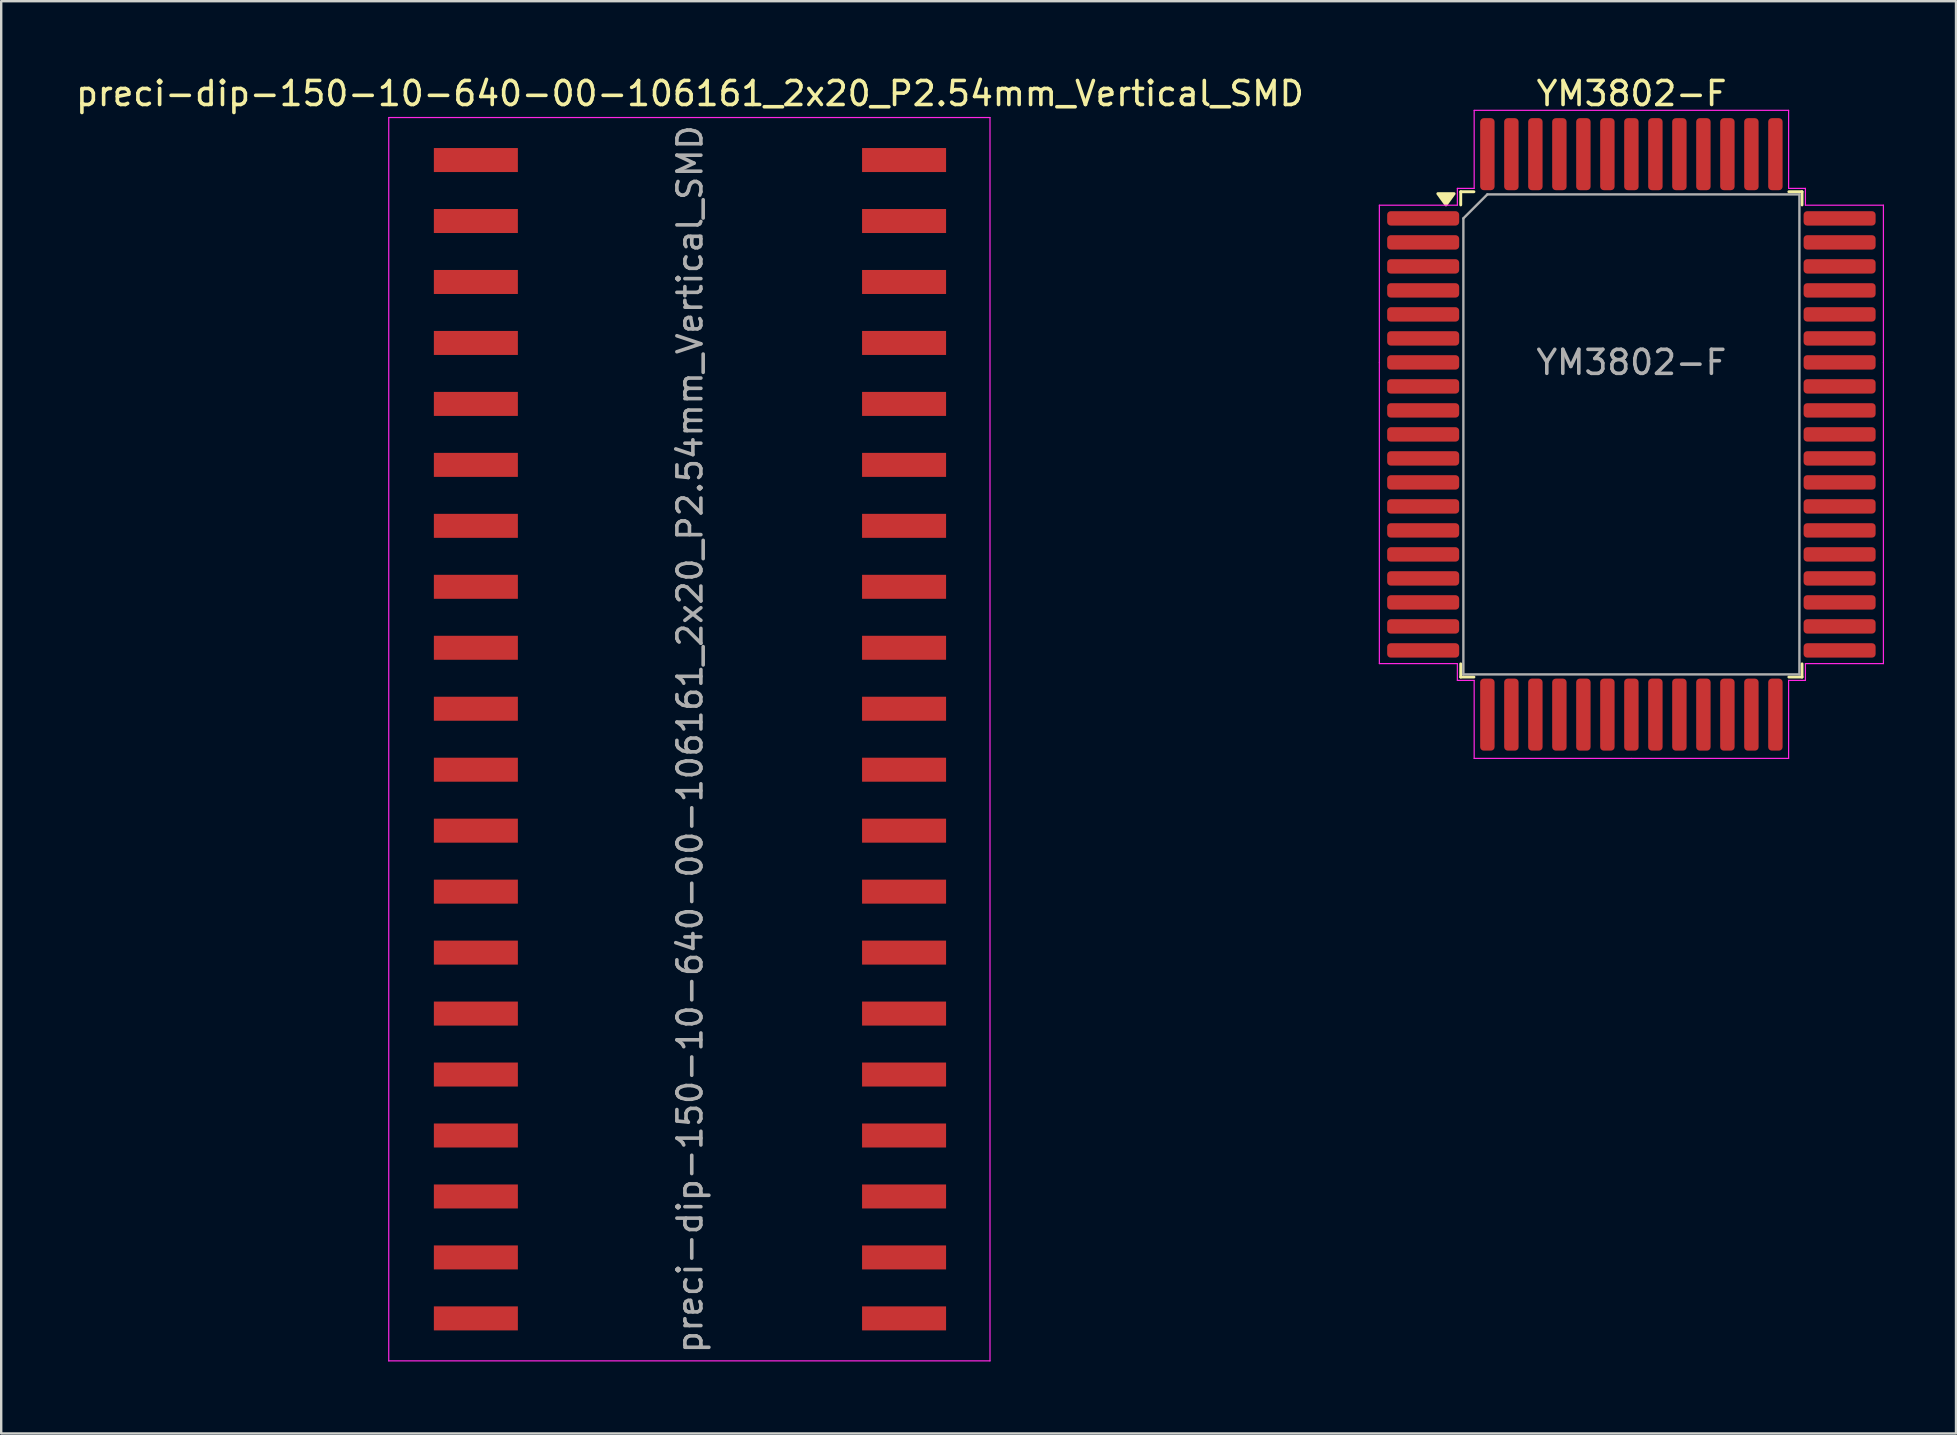
<source format=kicad_pcb>
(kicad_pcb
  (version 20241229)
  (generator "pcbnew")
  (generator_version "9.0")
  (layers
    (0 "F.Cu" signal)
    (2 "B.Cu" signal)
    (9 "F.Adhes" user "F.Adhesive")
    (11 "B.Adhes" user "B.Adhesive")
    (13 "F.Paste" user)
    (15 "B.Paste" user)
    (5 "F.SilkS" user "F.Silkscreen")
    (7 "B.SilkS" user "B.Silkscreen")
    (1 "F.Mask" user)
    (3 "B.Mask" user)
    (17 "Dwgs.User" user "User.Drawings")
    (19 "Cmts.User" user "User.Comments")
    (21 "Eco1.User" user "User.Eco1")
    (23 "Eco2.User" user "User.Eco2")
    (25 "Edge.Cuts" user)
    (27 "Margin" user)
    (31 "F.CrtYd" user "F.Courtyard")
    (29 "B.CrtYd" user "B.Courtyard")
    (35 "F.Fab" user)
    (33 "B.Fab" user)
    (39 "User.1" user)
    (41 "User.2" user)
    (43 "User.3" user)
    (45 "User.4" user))
  (footprint "preci-dip-150-10-640-00-106161_2x20_P2.54mm_Vertical_SMD"
    (layer "F.Cu")
    (at 25.696 27.748)
    (property "Reference" "preci-dip-150-10-640-00-106161_2x20_P2.54mm_Vertical_SMD" (at 0 -26.9 0) (layer "F.SilkS") (effects (font (size 1 1) (thickness 0.15))))
    (attr smd)
    (fp_line (start -12.55 -25.9) (end 12.5 -25.9) (stroke (width 0.05) (type solid)) (layer "F.CrtYd"))
    (fp_line (start -12.55 25.9) (end -12.55 -25.9) (stroke (width 0.05) (type solid)) (layer "F.CrtYd"))
    (fp_line (start 12.5 -25.9) (end 12.5 25.9) (stroke (width 0.05) (type solid)) (layer "F.CrtYd"))
    (fp_line (start 12.5 25.9) (end -12.55 25.9) (stroke (width 0.05) (type solid)) (layer "F.CrtYd"))
    (fp_text user "${REFERENCE}" (at 0 0 90) (layer "F.Fab") (effects (font (size 1 1) (thickness 0.15))))
    (pad "1" smd rect (at 8.92 -24.13) (size 3.5 1) (layers "F.Cu" "F.Mask" "F.Paste"))
    (pad "2" smd rect (at 8.92 -21.59) (size 3.5 1) (layers "F.Cu" "F.Mask" "F.Paste"))
    (pad "3" smd rect (at 8.92 -19.05) (size 3.5 1) (layers "F.Cu" "F.Mask" "F.Paste"))
    (pad "4" smd rect (at 8.92 -16.51) (size 3.5 1) (layers "F.Cu" "F.Mask" "F.Paste"))
    (pad "5" smd rect (at 8.92 -13.97) (size 3.5 1) (layers "F.Cu" "F.Mask" "F.Paste"))
    (pad "6" smd rect (at 8.92 -11.43) (size 3.5 1) (layers "F.Cu" "F.Mask" "F.Paste"))
    (pad "7" smd rect (at 8.92 -8.89) (size 3.5 1) (layers "F.Cu" "F.Mask" "F.Paste"))
    (pad "8" smd rect (at 8.92 -6.35) (size 3.5 1) (layers "F.Cu" "F.Mask" "F.Paste"))
    (pad "9" smd rect (at 8.92 -3.81) (size 3.5 1) (layers "F.Cu" "F.Mask" "F.Paste"))
    (pad "10" smd rect (at 8.92 -1.27) (size 3.5 1) (layers "F.Cu" "F.Mask" "F.Paste"))
    (pad "11" smd rect (at 8.92 1.27) (size 3.5 1) (layers "F.Cu" "F.Mask" "F.Paste"))
    (pad "12" smd rect (at 8.92 3.81) (size 3.5 1) (layers "F.Cu" "F.Mask" "F.Paste"))
    (pad "13" smd rect (at 8.92 6.35) (size 3.5 1) (layers "F.Cu" "F.Mask" "F.Paste"))
    (pad "14" smd rect (at 8.92 8.89) (size 3.5 1) (layers "F.Cu" "F.Mask" "F.Paste"))
    (pad "15" smd rect (at 8.92 11.43) (size 3.5 1) (layers "F.Cu" "F.Mask" "F.Paste"))
    (pad "16" smd rect (at 8.92 13.97) (size 3.5 1) (layers "F.Cu" "F.Mask" "F.Paste"))
    (pad "17" smd rect (at 8.92 16.51) (size 3.5 1) (layers "F.Cu" "F.Mask" "F.Paste"))
    (pad "18" smd rect (at 8.92 19.05) (size 3.5 1) (layers "F.Cu" "F.Mask" "F.Paste"))
    (pad "19" smd rect (at 8.92 21.59) (size 3.5 1) (layers "F.Cu" "F.Mask" "F.Paste"))
    (pad "20" smd rect (at 8.92 24.13) (size 3.5 1) (layers "F.Cu" "F.Mask" "F.Paste"))
    (pad "21" smd rect (at -8.92 24.13) (size 3.5 1) (layers "F.Cu" "F.Mask" "F.Paste"))
    (pad "22" smd rect (at -8.92 21.59) (size 3.5 1) (layers "F.Cu" "F.Mask" "F.Paste"))
    (pad "23" smd rect (at -8.92 19.05) (size 3.5 1) (layers "F.Cu" "F.Mask" "F.Paste"))
    (pad "24" smd rect (at -8.92 16.51) (size 3.5 1) (layers "F.Cu" "F.Mask" "F.Paste"))
    (pad "25" smd rect (at -8.92 13.97) (size 3.5 1) (layers "F.Cu" "F.Mask" "F.Paste"))
    (pad "26" smd rect (at -8.92 11.43) (size 3.5 1) (layers "F.Cu" "F.Mask" "F.Paste"))
    (pad "27" smd rect (at -8.92 8.89) (size 3.5 1) (layers "F.Cu" "F.Mask" "F.Paste"))
    (pad "28" smd rect (at -8.92 6.35) (size 3.5 1) (layers "F.Cu" "F.Mask" "F.Paste"))
    (pad "29" smd rect (at -8.92 3.81) (size 3.5 1) (layers "F.Cu" "F.Mask" "F.Paste"))
    (pad "30" smd rect (at -8.92 1.27) (size 3.5 1) (layers "F.Cu" "F.Mask" "F.Paste"))
    (pad "31" smd rect (at -8.92 -1.27) (size 3.5 1) (layers "F.Cu" "F.Mask" "F.Paste"))
    (pad "32" smd rect (at -8.92 -3.81) (size 3.5 1) (layers "F.Cu" "F.Mask" "F.Paste"))
    (pad "33" smd rect (at -8.92 -6.35) (size 3.5 1) (layers "F.Cu" "F.Mask" "F.Paste"))
    (pad "34" smd rect (at -8.92 -8.89) (size 3.5 1) (layers "F.Cu" "F.Mask" "F.Paste"))
    (pad "35" smd rect (at -8.92 -11.43) (size 3.5 1) (layers "F.Cu" "F.Mask" "F.Paste"))
    (pad "36" smd rect (at -8.92 -13.97) (size 3.5 1) (layers "F.Cu" "F.Mask" "F.Paste"))
    (pad "37" smd rect (at -8.92 -16.51) (size 3.5 1) (layers "F.Cu" "F.Mask" "F.Paste"))
    (pad "38" smd rect (at -8.92 -19.05) (size 3.5 1) (layers "F.Cu" "F.Mask" "F.Paste"))
    (pad "39" smd rect (at -8.92 -21.59) (size 3.5 1) (layers "F.Cu" "F.Mask" "F.Paste"))
    (pad "40" smd rect (at -8.92 -24.13) (size 3.5 1) (layers "F.Cu" "F.Mask" "F.Paste")))
  (footprint "YM3802-F"
    (layer "F.Cu")
    (at 64.918 12.048)
    (property "Reference" "YM3802-F" (at 0.01 -11.2 0) (layer "F.SilkS") (effects (font (size 1 1) (thickness 0.15))))
    (attr smd)
    (fp_line (start -7.11 -7.11) (end -7.11 -6.56) (stroke (width 0.12) (type solid)) (layer "F.SilkS"))
    (fp_line (start -7.11 13.11) (end -7.11 12.56) (stroke (width 0.12) (type solid)) (layer "F.SilkS"))
    (fp_line (start -6.56 -7.11) (end -7.11 -7.11) (stroke (width 0.12) (type solid)) (layer "F.SilkS"))
    (fp_line (start -6.56 13.11) (end -7.11 13.11) (stroke (width 0.12) (type solid)) (layer "F.SilkS"))
    (fp_line (start 6.56 -7.11) (end 7.11 -7.11) (stroke (width 0.12) (type solid)) (layer "F.SilkS"))
    (fp_line (start 6.56 13.11) (end 7.11 13.11) (stroke (width 0.12) (type solid)) (layer "F.SilkS"))
    (fp_line (start 7.11 -7.11) (end 7.11 -6.56) (stroke (width 0.12) (type solid)) (layer "F.SilkS"))
    (fp_line (start 7.11 13.11) (end 7.11 12.56) (stroke (width 0.12) (type solid)) (layer "F.SilkS"))
    (fp_poly (pts (xy -7.725 -6.56) (xy -8.065 -7.03) (xy -7.385 -7.03) (xy -7.725 -6.56)) (stroke (width 0.12) (type solid)) (fill yes) (layer "F.SilkS"))
    (fp_line (start -10.5 -6.55) (end -10.5 0) (stroke (width 0.05) (type solid)) (layer "F.CrtYd"))
    (fp_line (start -10.5 12.55) (end -10.5 0) (stroke (width 0.05) (type solid)) (layer "F.CrtYd"))
    (fp_line (start -7.25 -7.25) (end -7.25 -6.55) (stroke (width 0.05) (type solid)) (layer "F.CrtYd"))
    (fp_line (start -7.25 -6.55) (end -10.5 -6.55) (stroke (width 0.05) (type solid)) (layer "F.CrtYd"))
    (fp_line (start -7.25 12.55) (end -10.5 12.55) (stroke (width 0.05) (type solid)) (layer "F.CrtYd"))
    (fp_line (start -7.25 13.25) (end -7.25 12.55) (stroke (width 0.05) (type solid)) (layer "F.CrtYd"))
    (fp_line (start -6.55 -10.5) (end -6.55 -7.25) (stroke (width 0.05) (type solid)) (layer "F.CrtYd"))
    (fp_line (start -6.55 -7.25) (end -7.25 -7.25) (stroke (width 0.05) (type solid)) (layer "F.CrtYd"))
    (fp_line (start -6.55 13.25) (end -7.25 13.25) (stroke (width 0.05) (type solid)) (layer "F.CrtYd"))
    (fp_line (start -6.55 16.5) (end -6.55 13.25) (stroke (width 0.05) (type solid)) (layer "F.CrtYd"))
    (fp_line (start 0 -10.5) (end -6.55 -10.5) (stroke (width 0.05) (type solid)) (layer "F.CrtYd"))
    (fp_line (start 0 -10.5) (end 6.55 -10.5) (stroke (width 0.05) (type solid)) (layer "F.CrtYd"))
    (fp_line (start 0 16.5) (end -6.55 16.5) (stroke (width 0.05) (type solid)) (layer "F.CrtYd"))
    (fp_line (start 0 16.5) (end 6.55 16.5) (stroke (width 0.05) (type solid)) (layer "F.CrtYd"))
    (fp_line (start 6.55 -10.5) (end 6.55 -7.25) (stroke (width 0.05) (type solid)) (layer "F.CrtYd"))
    (fp_line (start 6.55 -7.25) (end 7.25 -7.25) (stroke (width 0.05) (type solid)) (layer "F.CrtYd"))
    (fp_line (start 6.55 13.25) (end 7.25 13.25) (stroke (width 0.05) (type solid)) (layer "F.CrtYd"))
    (fp_line (start 6.55 16.5) (end 6.55 13.25) (stroke (width 0.05) (type solid)) (layer "F.CrtYd"))
    (fp_line (start 7.25 -7.25) (end 7.25 -6.55) (stroke (width 0.05) (type solid)) (layer "F.CrtYd"))
    (fp_line (start 7.25 -6.55) (end 10.5 -6.55) (stroke (width 0.05) (type solid)) (layer "F.CrtYd"))
    (fp_line (start 7.25 12.55) (end 10.5 12.55) (stroke (width 0.05) (type solid)) (layer "F.CrtYd"))
    (fp_line (start 7.25 13.25) (end 7.25 12.55) (stroke (width 0.05) (type solid)) (layer "F.CrtYd"))
    (fp_line (start 10.5 -6.55) (end 10.5 0) (stroke (width 0.05) (type solid)) (layer "F.CrtYd"))
    (fp_line (start 10.5 12.55) (end 10.5 0) (stroke (width 0.05) (type solid)) (layer "F.CrtYd"))
    (fp_line (start -7 -6) (end -6 -7) (stroke (width 0.1) (type solid)) (layer "F.Fab"))
    (fp_line (start -7 13) (end -7 -6) (stroke (width 0.1) (type solid)) (layer "F.Fab"))
    (fp_line (start -6 -7) (end 7 -7) (stroke (width 0.1) (type solid)) (layer "F.Fab"))
    (fp_line (start 7 -7) (end 7 13) (stroke (width 0.1) (type solid)) (layer "F.Fab"))
    (fp_line (start 7 13) (end -7 13) (stroke (width 0.1) (type solid)) (layer "F.Fab"))
    (fp_text user "${REFERENCE}" (at 0 0 0) (layer "F.Fab") (effects (font (size 1 1) (thickness 0.15))))
    (pad "1" smd roundrect (at -8.675 -6) (size 3 0.6) (layers "F.Cu" "F.Mask" "F.Paste") (roundrect_rratio 0.25))
    (pad "2" smd roundrect (at -8.675 -5) (size 3 0.6) (layers "F.Cu" "F.Mask" "F.Paste") (roundrect_rratio 0.25))
    (pad "3" smd roundrect (at -8.675 -4) (size 3 0.6) (layers "F.Cu" "F.Mask" "F.Paste") (roundrect_rratio 0.25))
    (pad "4" smd roundrect (at -8.675 -3) (size 3 0.6) (layers "F.Cu" "F.Mask" "F.Paste") (roundrect_rratio 0.25))
    (pad "5" smd roundrect (at -8.675 -2) (size 3 0.6) (layers "F.Cu" "F.Mask" "F.Paste") (roundrect_rratio 0.25))
    (pad "6" smd roundrect (at -8.675 -1) (size 3 0.6) (layers "F.Cu" "F.Mask" "F.Paste") (roundrect_rratio 0.25))
    (pad "7" smd roundrect (at -8.675 0) (size 3 0.6) (layers "F.Cu" "F.Mask" "F.Paste") (roundrect_rratio 0.25))
    (pad "8" smd roundrect (at -8.675 1) (size 3 0.6) (layers "F.Cu" "F.Mask" "F.Paste") (roundrect_rratio 0.25))
    (pad "9" smd roundrect (at -8.675 2) (size 3 0.6) (layers "F.Cu" "F.Mask" "F.Paste") (roundrect_rratio 0.25))
    (pad "10" smd roundrect (at -8.675 3) (size 3 0.6) (layers "F.Cu" "F.Mask" "F.Paste") (roundrect_rratio 0.25))
    (pad "11" smd roundrect (at -8.675 4) (size 3 0.6) (layers "F.Cu" "F.Mask" "F.Paste") (roundrect_rratio 0.25))
    (pad "12" smd roundrect (at -8.675 5) (size 3 0.6) (layers "F.Cu" "F.Mask" "F.Paste") (roundrect_rratio 0.25))
    (pad "13" smd roundrect (at -8.675 6) (size 3 0.6) (layers "F.Cu" "F.Mask" "F.Paste") (roundrect_rratio 0.25))
    (pad "14" smd roundrect (at -8.675 7) (size 3 0.6) (layers "F.Cu" "F.Mask" "F.Paste") (roundrect_rratio 0.25))
    (pad "15" smd roundrect (at -8.675 8) (size 3 0.6) (layers "F.Cu" "F.Mask" "F.Paste") (roundrect_rratio 0.25))
    (pad "16" smd roundrect (at -8.675 9) (size 3 0.6) (layers "F.Cu" "F.Mask" "F.Paste") (roundrect_rratio 0.25))
    (pad "17" smd roundrect (at -8.675 10) (size 3 0.6) (layers "F.Cu" "F.Mask" "F.Paste") (roundrect_rratio 0.25))
    (pad "18" smd roundrect (at -8.675 11) (size 3 0.6) (layers "F.Cu" "F.Mask" "F.Paste") (roundrect_rratio 0.25))
    (pad "19" smd roundrect (at -8.675 12) (size 3 0.6) (layers "F.Cu" "F.Mask" "F.Paste") (roundrect_rratio 0.25))
    (pad "20" smd roundrect (at -6 14.675) (size 0.6 3) (layers "F.Cu" "F.Mask" "F.Paste") (roundrect_rratio 0.25))
    (pad "21" smd roundrect (at -5 14.675) (size 0.6 3) (layers "F.Cu" "F.Mask" "F.Paste") (roundrect_rratio 0.25))
    (pad "22" smd roundrect (at -4 14.675) (size 0.6 3) (layers "F.Cu" "F.Mask" "F.Paste") (roundrect_rratio 0.25))
    (pad "23" smd roundrect (at -3 14.675) (size 0.6 3) (layers "F.Cu" "F.Mask" "F.Paste") (roundrect_rratio 0.25))
    (pad "24" smd roundrect (at -2 14.675) (size 0.6 3) (layers "F.Cu" "F.Mask" "F.Paste") (roundrect_rratio 0.25))
    (pad "25" smd roundrect (at -1 14.675) (size 0.6 3) (layers "F.Cu" "F.Mask" "F.Paste") (roundrect_rratio 0.25))
    (pad "26" smd roundrect (at 0 14.675) (size 0.6 3) (layers "F.Cu" "F.Mask" "F.Paste") (roundrect_rratio 0.25))
    (pad "27" smd roundrect (at 1 14.675) (size 0.6 3) (layers "F.Cu" "F.Mask" "F.Paste") (roundrect_rratio 0.25))
    (pad "28" smd roundrect (at 2 14.675) (size 0.6 3) (layers "F.Cu" "F.Mask" "F.Paste") (roundrect_rratio 0.25))
    (pad "29" smd roundrect (at 3 14.675) (size 0.6 3) (layers "F.Cu" "F.Mask" "F.Paste") (roundrect_rratio 0.25))
    (pad "30" smd roundrect (at 4 14.675) (size 0.6 3) (layers "F.Cu" "F.Mask" "F.Paste") (roundrect_rratio 0.25))
    (pad "31" smd roundrect (at 5 14.675) (size 0.6 3) (layers "F.Cu" "F.Mask" "F.Paste") (roundrect_rratio 0.25))
    (pad "32" smd roundrect (at 6 14.675) (size 0.6 3) (layers "F.Cu" "F.Mask" "F.Paste") (roundrect_rratio 0.25))
    (pad "33" smd roundrect (at 8.675 12) (size 3 0.6) (layers "F.Cu" "F.Mask" "F.Paste") (roundrect_rratio 0.25))
    (pad "34" smd roundrect (at 8.675 11) (size 3 0.6) (layers "F.Cu" "F.Mask" "F.Paste") (roundrect_rratio 0.25))
    (pad "35" smd roundrect (at 8.675 10) (size 3 0.6) (layers "F.Cu" "F.Mask" "F.Paste") (roundrect_rratio 0.25))
    (pad "36" smd roundrect (at 8.675 9) (size 3 0.6) (layers "F.Cu" "F.Mask" "F.Paste") (roundrect_rratio 0.25))
    (pad "37" smd roundrect (at 8.675 8) (size 3 0.6) (layers "F.Cu" "F.Mask" "F.Paste") (roundrect_rratio 0.25))
    (pad "38" smd roundrect (at 8.675 7) (size 3 0.6) (layers "F.Cu" "F.Mask" "F.Paste") (roundrect_rratio 0.25))
    (pad "39" smd roundrect (at 8.675 6) (size 3 0.6) (layers "F.Cu" "F.Mask" "F.Paste") (roundrect_rratio 0.25))
    (pad "40" smd roundrect (at 8.675 5) (size 3 0.6) (layers "F.Cu" "F.Mask" "F.Paste") (roundrect_rratio 0.25))
    (pad "41" smd roundrect (at 8.675 4) (size 3 0.6) (layers "F.Cu" "F.Mask" "F.Paste") (roundrect_rratio 0.25))
    (pad "42" smd roundrect (at 8.675 3) (size 3 0.6) (layers "F.Cu" "F.Mask" "F.Paste") (roundrect_rratio 0.25))
    (pad "43" smd roundrect (at 8.675 2) (size 3 0.6) (layers "F.Cu" "F.Mask" "F.Paste") (roundrect_rratio 0.25))
    (pad "44" smd roundrect (at 8.675 1) (size 3 0.6) (layers "F.Cu" "F.Mask" "F.Paste") (roundrect_rratio 0.25))
    (pad "45" smd roundrect (at 8.675 0) (size 3 0.6) (layers "F.Cu" "F.Mask" "F.Paste") (roundrect_rratio 0.25))
    (pad "46" smd roundrect (at 8.675 -1) (size 3 0.6) (layers "F.Cu" "F.Mask" "F.Paste") (roundrect_rratio 0.25))
    (pad "47" smd roundrect (at 8.675 -2) (size 3 0.6) (layers "F.Cu" "F.Mask" "F.Paste") (roundrect_rratio 0.25))
    (pad "48" smd roundrect (at 8.675 -3) (size 3 0.6) (layers "F.Cu" "F.Mask" "F.Paste") (roundrect_rratio 0.25))
    (pad "49" smd roundrect (at 8.675 -4) (size 3 0.6) (layers "F.Cu" "F.Mask" "F.Paste") (roundrect_rratio 0.25))
    (pad "50" smd roundrect (at 8.675 -5) (size 3 0.6) (layers "F.Cu" "F.Mask" "F.Paste") (roundrect_rratio 0.25))
    (pad "51" smd roundrect (at 8.675 -6) (size 3 0.6) (layers "F.Cu" "F.Mask" "F.Paste") (roundrect_rratio 0.25))
    (pad "52" smd roundrect (at 6 -8.675) (size 0.6 3) (layers "F.Cu" "F.Mask" "F.Paste") (roundrect_rratio 0.25))
    (pad "53" smd roundrect (at 5 -8.675) (size 0.6 3) (layers "F.Cu" "F.Mask" "F.Paste") (roundrect_rratio 0.25))
    (pad "54" smd roundrect (at 4 -8.675) (size 0.6 3) (layers "F.Cu" "F.Mask" "F.Paste") (roundrect_rratio 0.25))
    (pad "55" smd roundrect (at 3 -8.675) (size 0.6 3) (layers "F.Cu" "F.Mask" "F.Paste") (roundrect_rratio 0.25))
    (pad "56" smd roundrect (at 2 -8.675) (size 0.6 3) (layers "F.Cu" "F.Mask" "F.Paste") (roundrect_rratio 0.25))
    (pad "57" smd roundrect (at 1 -8.675) (size 0.6 3) (layers "F.Cu" "F.Mask" "F.Paste") (roundrect_rratio 0.25))
    (pad "58" smd roundrect (at 0 -8.675) (size 0.6 3) (layers "F.Cu" "F.Mask" "F.Paste") (roundrect_rratio 0.25))
    (pad "59" smd roundrect (at -1 -8.675) (size 0.6 3) (layers "F.Cu" "F.Mask" "F.Paste") (roundrect_rratio 0.25))
    (pad "60" smd roundrect (at -2 -8.675) (size 0.6 3) (layers "F.Cu" "F.Mask" "F.Paste") (roundrect_rratio 0.25))
    (pad "61" smd roundrect (at -3 -8.675) (size 0.6 3) (layers "F.Cu" "F.Mask" "F.Paste") (roundrect_rratio 0.25))
    (pad "62" smd roundrect (at -4 -8.675) (size 0.6 3) (layers "F.Cu" "F.Mask" "F.Paste") (roundrect_rratio 0.25))
    (pad "63" smd roundrect (at -5 -8.675) (size 0.6 3) (layers "F.Cu" "F.Mask" "F.Paste") (roundrect_rratio 0.25))
    (pad "64" smd roundrect (at -6 -8.675) (size 0.6 3) (layers "F.Cu" "F.Mask" "F.Paste") (roundrect_rratio 0.25)))
  (gr_rect
    (start -3 -3)
    (end 78.443 56.673)
    (stroke (width 0.1) (type default))
    (fill no)
    (layer "Edge.Cuts")))
</source>
